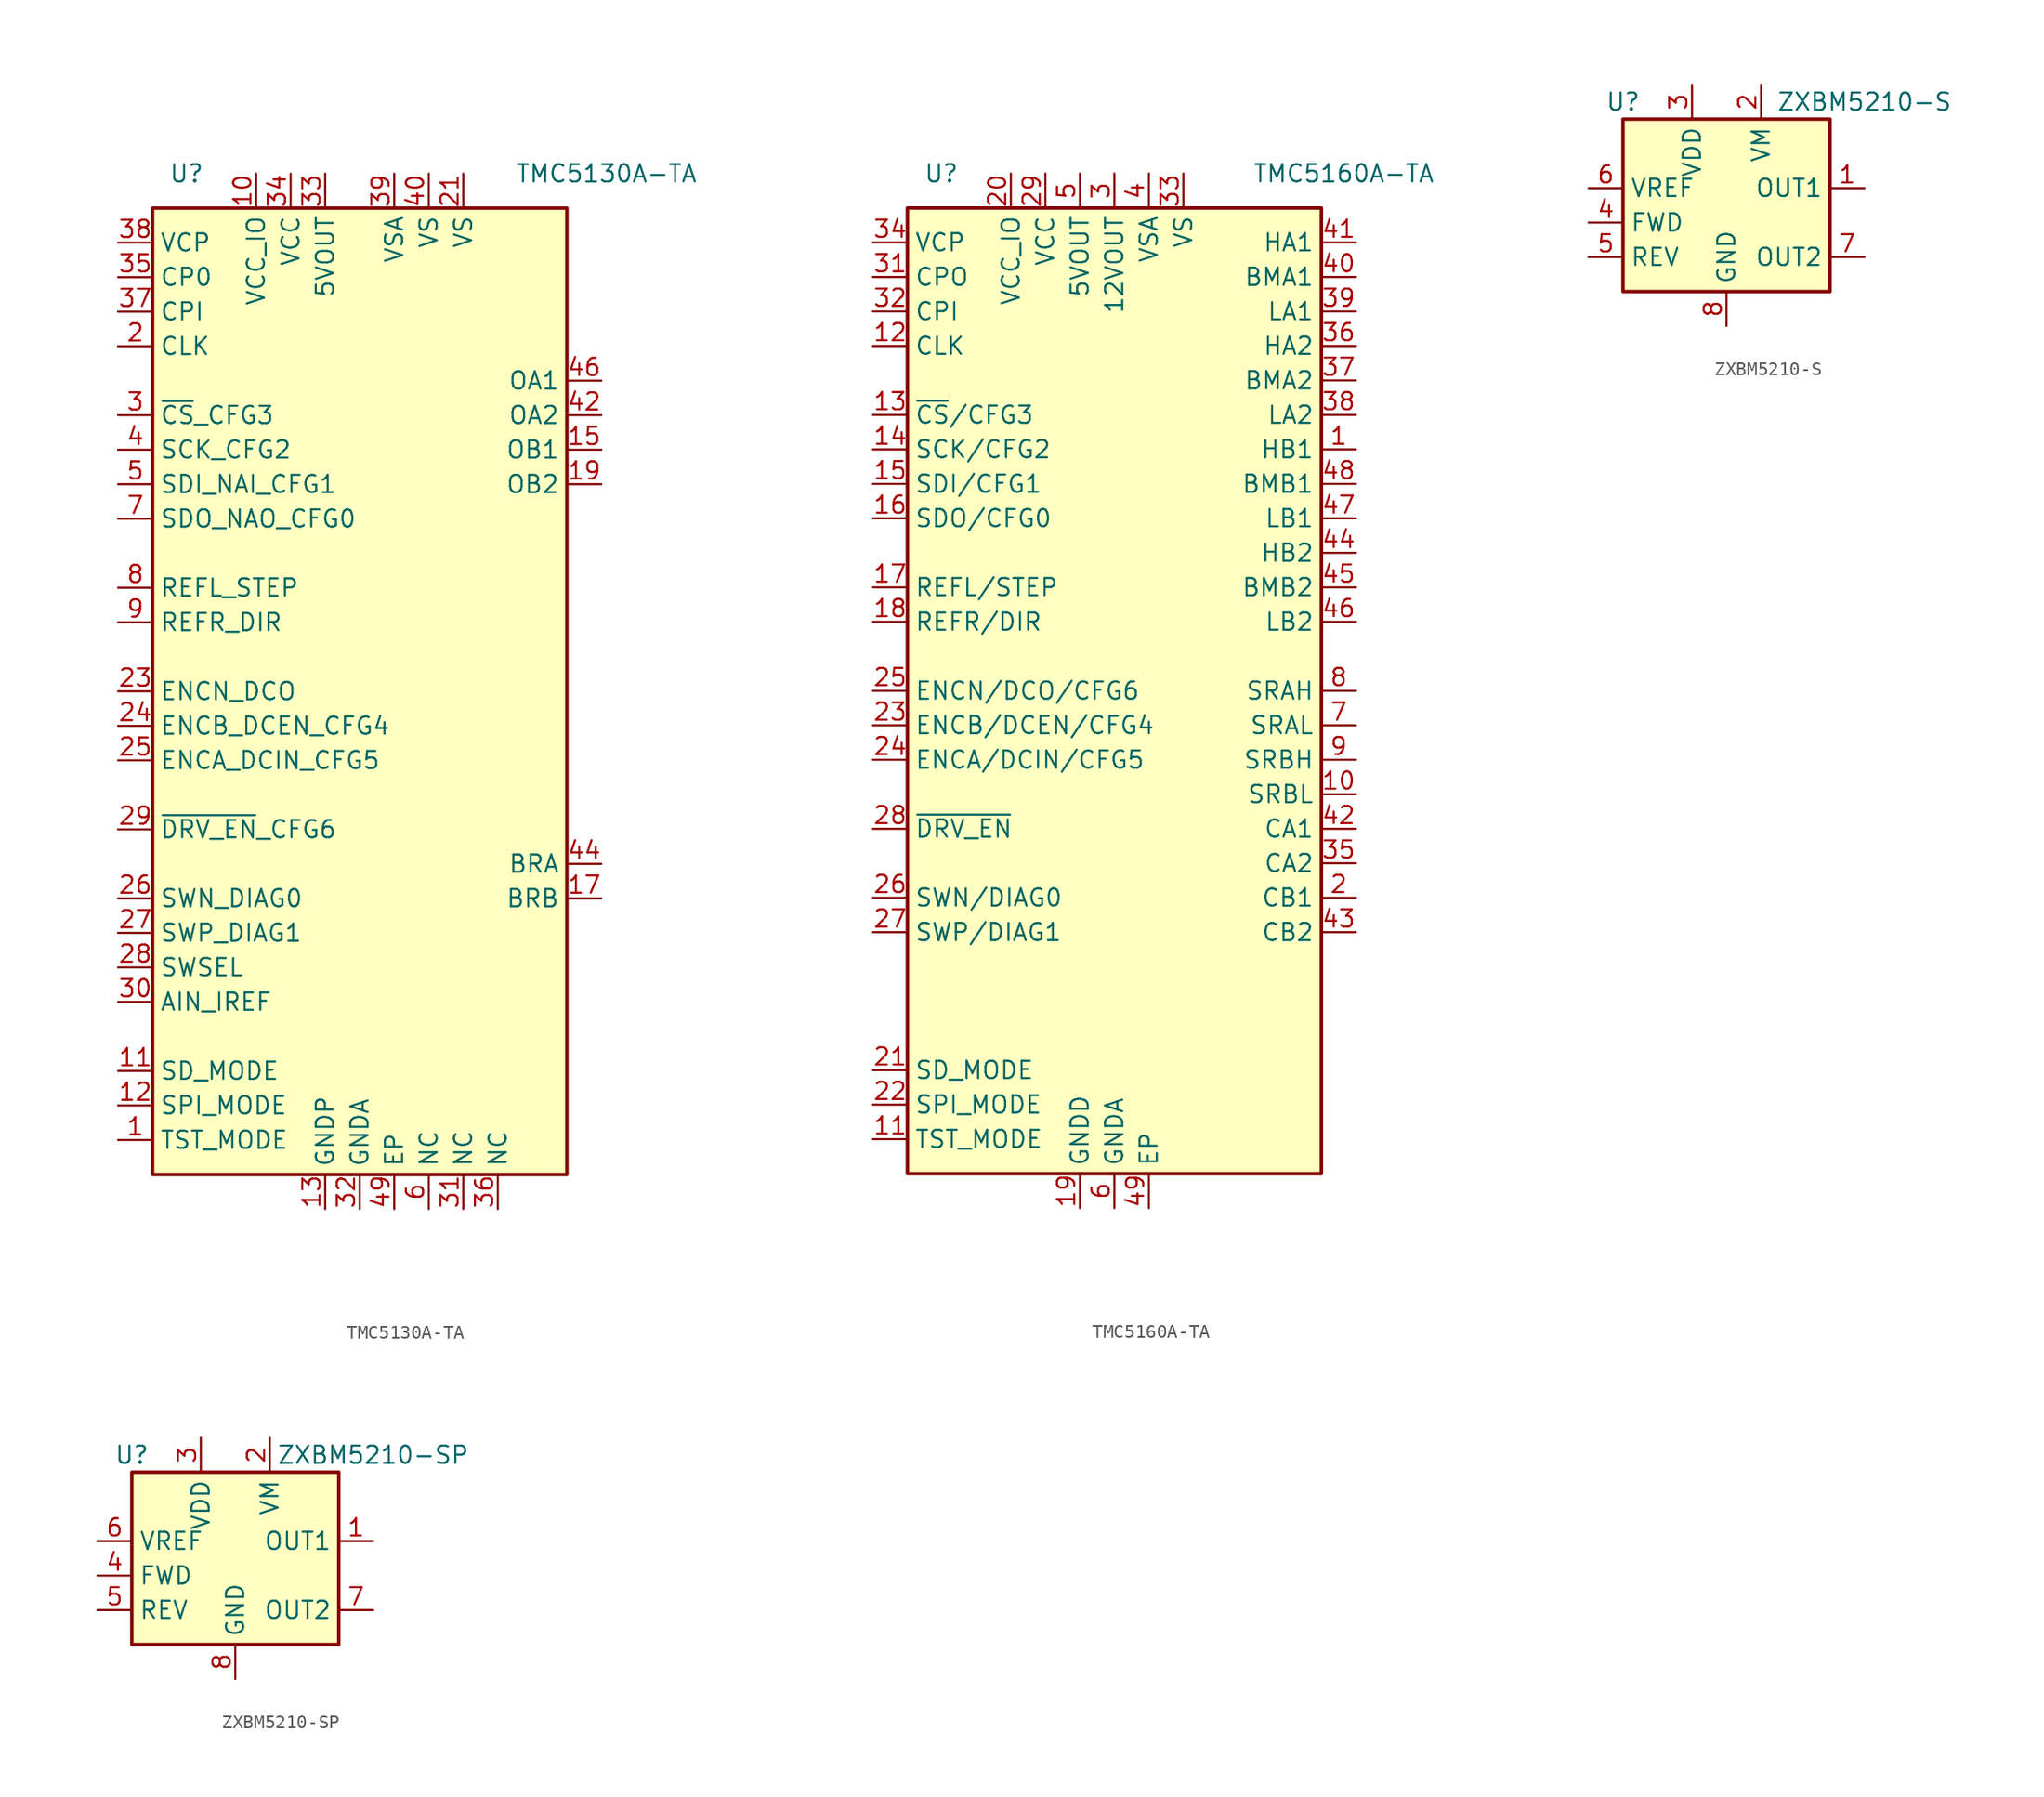
<source format=kicad_sym>
(kicad_symbol_lib
  (version 20201005)
  (generator kicad_symbol_editor)
  (symbol "TMC5130A-TA"
    (property "Reference" "U"
      (at -11.43 38.1 0)
      (effects (font (size 1.27 1.27)) (justify right)))
    (property "Value" "TMC5130A-TA"
      (at 11.43 38.1 0)
      (effects (font (size 1.27 1.27)) (justify left)))
    (symbol "TMC5130A-TA_0_1"
      (rectangle (start -15.24 35.56) (end 15.24 -35.56) (stroke (width 0.254)) (fill (type background))))
    (symbol "TMC5130A-TA_1_1"
      (pin input line (at -17.78 -33.02 0) (length 2.54) (name "TST_MODE" (effects (font (size 1.27 1.27)))) (number "1" (effects (font (size 1.27 1.27)))))
      (pin power_in line (at -7.62 38.1 270) (length 2.54) (name "VCC_IO" (effects (font (size 1.27 1.27)))) (number "10" (effects (font (size 1.27 1.27)))))
      (pin input line (at -17.78 -27.94 0) (length 2.54) (name "SD_MODE" (effects (font (size 1.27 1.27)))) (number "11" (effects (font (size 1.27 1.27)))))
      (pin input line (at -17.78 -30.48 0) (length 2.54) (name "SPI_MODE" (effects (font (size 1.27 1.27)))) (number "12" (effects (font (size 1.27 1.27)))))
      (pin power_in line (at -2.54 -38.1 90) (length 2.54) (name "GNDP" (effects (font (size 1.27 1.27)))) (number "13" (effects (font (size 1.27 1.27)))))
      (pin no_connect line (at 15.24 12.7 180) (length 2.54) hide (name "DNC" (effects (font (size 1.27 1.27)))) (number "14" (effects (font (size 1.27 1.27)))))
      (pin output line (at 17.78 17.78 180) (length 2.54) (name "OB1" (effects (font (size 1.27 1.27)))) (number "15" (effects (font (size 1.27 1.27)))))
      (pin no_connect line (at 15.24 10.16 180) (length 2.54) hide (name "DNC" (effects (font (size 1.27 1.27)))) (number "16" (effects (font (size 1.27 1.27)))))
      (pin passive line (at 17.78 -15.24 180) (length 2.54) (name "BRB" (effects (font (size 1.27 1.27)))) (number "17" (effects (font (size 1.27 1.27)))))
      (pin no_connect line (at 15.24 7.62 180) (length 2.54) hide (name "DNC" (effects (font (size 1.27 1.27)))) (number "18" (effects (font (size 1.27 1.27)))))
      (pin output line (at 17.78 15.24 180) (length 2.54) (name "OB2" (effects (font (size 1.27 1.27)))) (number "19" (effects (font (size 1.27 1.27)))))
      (pin input line (at -17.78 25.4 0) (length 2.54) (name "CLK" (effects (font (size 1.27 1.27)))) (number "2" (effects (font (size 1.27 1.27)))))
      (pin no_connect line (at 15.24 5.08 180) (length 2.54) hide (name "DNC" (effects (font (size 1.27 1.27)))) (number "20" (effects (font (size 1.27 1.27)))))
      (pin power_in line (at 7.62 38.1 270) (length 2.54) (name "VS" (effects (font (size 1.27 1.27)))) (number "21" (effects (font (size 1.27 1.27)))))
      (pin no_connect line (at 15.24 2.54 180) (length 2.54) hide (name "DNC" (effects (font (size 1.27 1.27)))) (number "22" (effects (font (size 1.27 1.27)))))
      (pin bidirectional line (at -17.78 0 0) (length 2.54) (name "ENCN_DCO" (effects (font (size 1.27 1.27)))) (number "23" (effects (font (size 1.27 1.27)))))
      (pin input line (at -17.78 -2.54 0) (length 2.54) (name "ENCB_DCEN_CFG4" (effects (font (size 1.27 1.27)))) (number "24" (effects (font (size 1.27 1.27)))))
      (pin input line (at -17.78 -5.08 0) (length 2.54) (name "ENCA_DCIN_CFG5" (effects (font (size 1.27 1.27)))) (number "25" (effects (font (size 1.27 1.27)))))
      (pin bidirectional line (at -17.78 -15.24 0) (length 2.54) (name "SWN_DIAG0" (effects (font (size 1.27 1.27)))) (number "26" (effects (font (size 1.27 1.27)))))
      (pin bidirectional line (at -17.78 -17.78 0) (length 2.54) (name "SWP_DIAG1" (effects (font (size 1.27 1.27)))) (number "27" (effects (font (size 1.27 1.27)))))
      (pin input line (at -17.78 -20.32 0) (length 2.54) (name "SWSEL" (effects (font (size 1.27 1.27)))) (number "28" (effects (font (size 1.27 1.27)))))
      (pin input line (at -17.78 -10.16 0) (length 2.54) (name "~DRV_EN~_CFG6" (effects (font (size 1.27 1.27)))) (number "29" (effects (font (size 1.27 1.27)))))
      (pin input line (at -17.78 20.32 0) (length 2.54) (name "~CS~_CFG3" (effects (font (size 1.27 1.27)))) (number "3" (effects (font (size 1.27 1.27)))))
      (pin input line (at -17.78 -22.86 0) (length 2.54) (name "AIN_IREF" (effects (font (size 1.27 1.27)))) (number "30" (effects (font (size 1.27 1.27)))))
      (pin passive line (at 7.62 -38.1 90) (length 2.54) (name "NC" (effects (font (size 1.27 1.27)))) (number "31" (effects (font (size 1.27 1.27)))))
      (pin power_in line (at 0 -38.1 90) (length 2.54) (name "GNDA" (effects (font (size 1.27 1.27)))) (number "32" (effects (font (size 1.27 1.27)))))
      (pin power_out line (at -2.54 38.1 270) (length 2.54) (name "5VOUT" (effects (font (size 1.27 1.27)))) (number "33" (effects (font (size 1.27 1.27)))))
      (pin power_in line (at -5.08 38.1 270) (length 2.54) (name "VCC" (effects (font (size 1.27 1.27)))) (number "34" (effects (font (size 1.27 1.27)))))
      (pin passive line (at -17.78 30.48 0) (length 2.54) (name "CP0" (effects (font (size 1.27 1.27)))) (number "35" (effects (font (size 1.27 1.27)))))
      (pin passive line (at 10.16 -38.1 90) (length 2.54) (name "NC" (effects (font (size 1.27 1.27)))) (number "36" (effects (font (size 1.27 1.27)))))
      (pin passive line (at -17.78 27.94 0) (length 2.54) (name "CPI" (effects (font (size 1.27 1.27)))) (number "37" (effects (font (size 1.27 1.27)))))
      (pin passive line (at -17.78 33.02 0) (length 2.54) (name "VCP" (effects (font (size 1.27 1.27)))) (number "38" (effects (font (size 1.27 1.27)))))
      (pin power_in line (at 2.54 38.1 270) (length 2.54) (name "VSA" (effects (font (size 1.27 1.27)))) (number "39" (effects (font (size 1.27 1.27)))))
      (pin input line (at -17.78 17.78 0) (length 2.54) (name "SCK_CFG2" (effects (font (size 1.27 1.27)))) (number "4" (effects (font (size 1.27 1.27)))))
      (pin power_in line (at 5.08 38.1 270) (length 2.54) (name "VS" (effects (font (size 1.27 1.27)))) (number "40" (effects (font (size 1.27 1.27)))))
      (pin no_connect line (at 15.24 33.02 180) (length 2.54) hide (name "DNC" (effects (font (size 1.27 1.27)))) (number "41" (effects (font (size 1.27 1.27)))))
      (pin output line (at 17.78 20.32 180) (length 2.54) (name "OA2" (effects (font (size 1.27 1.27)))) (number "42" (effects (font (size 1.27 1.27)))))
      (pin no_connect line (at 15.24 30.48 180) (length 2.54) hide (name "DNC" (effects (font (size 1.27 1.27)))) (number "43" (effects (font (size 1.27 1.27)))))
      (pin passive line (at 17.78 -12.7 180) (length 2.54) (name "BRA" (effects (font (size 1.27 1.27)))) (number "44" (effects (font (size 1.27 1.27)))))
      (pin no_connect line (at 15.24 27.94 180) (length 2.54) hide (name "DNC" (effects (font (size 1.27 1.27)))) (number "45" (effects (font (size 1.27 1.27)))))
      (pin output line (at 17.78 22.86 180) (length 2.54) (name "OA1" (effects (font (size 1.27 1.27)))) (number "46" (effects (font (size 1.27 1.27)))))
      (pin no_connect line (at 15.24 25.4 180) (length 2.54) hide (name "DNC" (effects (font (size 1.27 1.27)))) (number "47" (effects (font (size 1.27 1.27)))))
      (pin passive line (at -2.54 -38.1 90) (length 2.54) hide (name "GNDP" (effects (font (size 1.27 1.27)))) (number "48" (effects (font (size 1.27 1.27)))))
      (pin power_in line (at 2.54 -38.1 90) (length 2.54) (name "EP" (effects (font (size 1.27 1.27)))) (number "49" (effects (font (size 1.27 1.27)))))
      (pin input line (at -17.78 15.24 0) (length 2.54) (name "SDI_NAI_CFG1" (effects (font (size 1.27 1.27)))) (number "5" (effects (font (size 1.27 1.27)))))
      (pin passive line (at 5.08 -38.1 90) (length 2.54) (name "NC" (effects (font (size 1.27 1.27)))) (number "6" (effects (font (size 1.27 1.27)))))
      (pin bidirectional line (at -17.78 12.7 0) (length 2.54) (name "SDO_NAO_CFG0" (effects (font (size 1.27 1.27)))) (number "7" (effects (font (size 1.27 1.27)))))
      (pin input line (at -17.78 7.62 0) (length 2.54) (name "REFL_STEP" (effects (font (size 1.27 1.27)))) (number "8" (effects (font (size 1.27 1.27)))))
      (pin input line (at -17.78 5.08 0) (length 2.54) (name "REFR_DIR" (effects (font (size 1.27 1.27)))) (number "9" (effects (font (size 1.27 1.27)))))))
  (symbol "TMC5160A-TA"
    (property "Reference" "U"
      (at -11.43 38.1 0)
      (effects (font (size 1.27 1.27)) (justify right)))
    (property "Value" "TMC5160A-TA"
      (at 10.16 38.1 0)
      (effects (font (size 1.27 1.27)) (justify left)))
    (symbol "TMC5160A-TA_1_0"
      (rectangle (start -15.24 -35.56) (end 15.24 35.56) (stroke (width 0.254)) (fill (type background))))
    (symbol "TMC5160A-TA_1_1"
      (pin output line (at 17.78 17.78 180) (length 2.54) (name "HB1" (effects (font (size 1.27 1.27)))) (number "1" (effects (font (size 1.27 1.27)))))
      (pin passive line (at 17.78 -7.62 180) (length 2.54) (name "SRBL" (effects (font (size 1.27 1.27)))) (number "10" (effects (font (size 1.27 1.27)))))
      (pin input line (at -17.78 -33.02 0) (length 2.54) (name "TST_MODE" (effects (font (size 1.27 1.27)))) (number "11" (effects (font (size 1.27 1.27)))))
      (pin input line (at -17.78 25.4 0) (length 2.54) (name "CLK" (effects (font (size 1.27 1.27)))) (number "12" (effects (font (size 1.27 1.27)))))
      (pin input line (at -17.78 20.32 0) (length 2.54) (name "~CS~/CFG3" (effects (font (size 1.27 1.27)))) (number "13" (effects (font (size 1.27 1.27)))))
      (pin input line (at -17.78 17.78 0) (length 2.54) (name "SCK/CFG2" (effects (font (size 1.27 1.27)))) (number "14" (effects (font (size 1.27 1.27)))))
      (pin input line (at -17.78 15.24 0) (length 2.54) (name "SDI/CFG1" (effects (font (size 1.27 1.27)))) (number "15" (effects (font (size 1.27 1.27)))))
      (pin bidirectional line (at -17.78 12.7 0) (length 2.54) (name "SDO/CFG0" (effects (font (size 1.27 1.27)))) (number "16" (effects (font (size 1.27 1.27)))))
      (pin input line (at -17.78 7.62 0) (length 2.54) (name "REFL/STEP" (effects (font (size 1.27 1.27)))) (number "17" (effects (font (size 1.27 1.27)))))
      (pin input line (at -17.78 5.08 0) (length 2.54) (name "REFR/DIR" (effects (font (size 1.27 1.27)))) (number "18" (effects (font (size 1.27 1.27)))))
      (pin power_in line (at -2.54 -38.1 90) (length 2.54) (name "GNDD" (effects (font (size 1.27 1.27)))) (number "19" (effects (font (size 1.27 1.27)))))
      (pin passive line (at 17.78 -15.24 180) (length 2.54) (name "CB1" (effects (font (size 1.27 1.27)))) (number "2" (effects (font (size 1.27 1.27)))))
      (pin power_in line (at -7.62 38.1 270) (length 2.54) (name "VCC_IO" (effects (font (size 1.27 1.27)))) (number "20" (effects (font (size 1.27 1.27)))))
      (pin input line (at -17.78 -27.94 0) (length 2.54) (name "SD_MODE" (effects (font (size 1.27 1.27)))) (number "21" (effects (font (size 1.27 1.27)))))
      (pin input line (at -17.78 -30.48 0) (length 2.54) (name "SPI_MODE" (effects (font (size 1.27 1.27)))) (number "22" (effects (font (size 1.27 1.27)))))
      (pin input line (at -17.78 -2.54 0) (length 2.54) (name "ENCB/DCEN/CFG4" (effects (font (size 1.27 1.27)))) (number "23" (effects (font (size 1.27 1.27)))))
      (pin input line (at -17.78 -5.08 0) (length 2.54) (name "ENCA/DCIN/CFG5" (effects (font (size 1.27 1.27)))) (number "24" (effects (font (size 1.27 1.27)))))
      (pin bidirectional line (at -17.78 0 0) (length 2.54) (name "ENCN/DCO/CFG6" (effects (font (size 1.27 1.27)))) (number "25" (effects (font (size 1.27 1.27)))))
      (pin bidirectional line (at -17.78 -15.24 0) (length 2.54) (name "SWN/DIAG0" (effects (font (size 1.27 1.27)))) (number "26" (effects (font (size 1.27 1.27)))))
      (pin bidirectional line (at -17.78 -17.78 0) (length 2.54) (name "SWP/DIAG1" (effects (font (size 1.27 1.27)))) (number "27" (effects (font (size 1.27 1.27)))))
      (pin input line (at -17.78 -10.16 0) (length 2.54) (name "~DRV_EN" (effects (font (size 1.27 1.27)))) (number "28" (effects (font (size 1.27 1.27)))))
      (pin power_in line (at -5.08 38.1 270) (length 2.54) (name "VCC" (effects (font (size 1.27 1.27)))) (number "29" (effects (font (size 1.27 1.27)))))
      (pin power_out line (at 0 38.1 270) (length 2.54) (name "12VOUT" (effects (font (size 1.27 1.27)))) (number "3" (effects (font (size 1.27 1.27)))))
      (pin passive line (at -2.54 -38.1 90) (length 2.54) hide (name "GNDD" (effects (font (size 1.27 1.27)))) (number "30" (effects (font (size 1.27 1.27)))))
      (pin passive line (at -17.78 30.48 0) (length 2.54) (name "CPO" (effects (font (size 1.27 1.27)))) (number "31" (effects (font (size 1.27 1.27)))))
      (pin passive line (at -17.78 27.94 0) (length 2.54) (name "CPI" (effects (font (size 1.27 1.27)))) (number "32" (effects (font (size 1.27 1.27)))))
      (pin power_in line (at 5.08 38.1 270) (length 2.54) (name "VS" (effects (font (size 1.27 1.27)))) (number "33" (effects (font (size 1.27 1.27)))))
      (pin passive line (at -17.78 33.02 0) (length 2.54) (name "VCP" (effects (font (size 1.27 1.27)))) (number "34" (effects (font (size 1.27 1.27)))))
      (pin passive line (at 17.78 -12.7 180) (length 2.54) (name "CA2" (effects (font (size 1.27 1.27)))) (number "35" (effects (font (size 1.27 1.27)))))
      (pin output line (at 17.78 25.4 180) (length 2.54) (name "HA2" (effects (font (size 1.27 1.27)))) (number "36" (effects (font (size 1.27 1.27)))))
      (pin passive line (at 17.78 22.86 180) (length 2.54) (name "BMA2" (effects (font (size 1.27 1.27)))) (number "37" (effects (font (size 1.27 1.27)))))
      (pin output line (at 17.78 20.32 180) (length 2.54) (name "LA2" (effects (font (size 1.27 1.27)))) (number "38" (effects (font (size 1.27 1.27)))))
      (pin output line (at 17.78 27.94 180) (length 2.54) (name "LA1" (effects (font (size 1.27 1.27)))) (number "39" (effects (font (size 1.27 1.27)))))
      (pin power_in line (at 2.54 38.1 270) (length 2.54) (name "VSA" (effects (font (size 1.27 1.27)))) (number "4" (effects (font (size 1.27 1.27)))))
      (pin passive line (at 17.78 30.48 180) (length 2.54) (name "BMA1" (effects (font (size 1.27 1.27)))) (number "40" (effects (font (size 1.27 1.27)))))
      (pin output line (at 17.78 33.02 180) (length 2.54) (name "HA1" (effects (font (size 1.27 1.27)))) (number "41" (effects (font (size 1.27 1.27)))))
      (pin passive line (at 17.78 -10.16 180) (length 2.54) (name "CA1" (effects (font (size 1.27 1.27)))) (number "42" (effects (font (size 1.27 1.27)))))
      (pin passive line (at 17.78 -17.78 180) (length 2.54) (name "CB2" (effects (font (size 1.27 1.27)))) (number "43" (effects (font (size 1.27 1.27)))))
      (pin output line (at 17.78 10.16 180) (length 2.54) (name "HB2" (effects (font (size 1.27 1.27)))) (number "44" (effects (font (size 1.27 1.27)))))
      (pin passive line (at 17.78 7.62 180) (length 2.54) (name "BMB2" (effects (font (size 1.27 1.27)))) (number "45" (effects (font (size 1.27 1.27)))))
      (pin output line (at 17.78 5.08 180) (length 2.54) (name "LB2" (effects (font (size 1.27 1.27)))) (number "46" (effects (font (size 1.27 1.27)))))
      (pin output line (at 17.78 12.7 180) (length 2.54) (name "LB1" (effects (font (size 1.27 1.27)))) (number "47" (effects (font (size 1.27 1.27)))))
      (pin passive line (at 17.78 15.24 180) (length 2.54) (name "BMB1" (effects (font (size 1.27 1.27)))) (number "48" (effects (font (size 1.27 1.27)))))
      (pin power_in line (at 2.54 -38.1 90) (length 2.54) (name "EP" (effects (font (size 1.27 1.27)))) (number "49" (effects (font (size 1.27 1.27)))))
      (pin power_out line (at -2.54 38.1 270) (length 2.54) (name "5VOUT" (effects (font (size 1.27 1.27)))) (number "5" (effects (font (size 1.27 1.27)))))
      (pin power_in line (at 0 -38.1 90) (length 2.54) (name "GNDA" (effects (font (size 1.27 1.27)))) (number "6" (effects (font (size 1.27 1.27)))))
      (pin passive line (at 17.78 -2.54 180) (length 2.54) (name "SRAL" (effects (font (size 1.27 1.27)))) (number "7" (effects (font (size 1.27 1.27)))))
      (pin passive line (at 17.78 0 180) (length 2.54) (name "SRAH" (effects (font (size 1.27 1.27)))) (number "8" (effects (font (size 1.27 1.27)))))
      (pin passive line (at 17.78 -5.08 180) (length 2.54) (name "SRBH" (effects (font (size 1.27 1.27)))) (number "9" (effects (font (size 1.27 1.27)))))))
  (symbol "ZXBM5210-S"
    (property "Reference" "U"
      (at -7.62 8.89 0)
      (effects (font (size 1.27 1.27))))
    (property "Value" "ZXBM5210-S"
      (at 10.16 8.89 0)
      (effects (font (size 1.27 1.27))))
    (symbol "ZXBM5210-S_0_0"
      (pin output line (at 10.16 2.54 180) (length 2.54) (name "OUT1" (effects (font (size 1.27 1.27)))) (number "1" (effects (font (size 1.27 1.27)))))
      (pin power_in line (at 2.54 10.16 270) (length 2.54) (name "VM" (effects (font (size 1.27 1.27)))) (number "2" (effects (font (size 1.27 1.27)))))
      (pin power_in line (at -2.54 10.16 270) (length 2.54) (name "VDD" (effects (font (size 1.27 1.27)))) (number "3" (effects (font (size 1.27 1.27)))))
      (pin input line (at -10.16 0 0) (length 2.54) (name "FWD" (effects (font (size 1.27 1.27)))) (number "4" (effects (font (size 1.27 1.27)))))
      (pin input line (at -10.16 -2.54 0) (length 2.54) (name "REV" (effects (font (size 1.27 1.27)))) (number "5" (effects (font (size 1.27 1.27)))))
      (pin input line (at -10.16 2.54 0) (length 2.54) (name "VREF" (effects (font (size 1.27 1.27)))) (number "6" (effects (font (size 1.27 1.27)))))
      (pin output line (at 10.16 -2.54 180) (length 2.54) (name "OUT2" (effects (font (size 1.27 1.27)))) (number "7" (effects (font (size 1.27 1.27)))))
      (pin power_in line (at 0 -7.62 90) (length 2.54) (name "GND" (effects (font (size 1.27 1.27)))) (number "8" (effects (font (size 1.27 1.27))))))
    (symbol "ZXBM5210-S_0_1"
      (rectangle (start -7.62 7.62) (end 7.62 -5.08) (stroke (width 0.254)) (fill (type background)))))
  (symbol "ZXBM5210-SP"
    (property "Reference" "U"
      (at -7.62 8.89 0)
      (effects (font (size 1.27 1.27))))
    (property "Value" "ZXBM5210-SP"
      (at 10.16 8.89 0)
      (effects (font (size 1.27 1.27))))
    (symbol "ZXBM5210-SP_0_0"
      (pin output line (at 10.16 2.54 180) (length 2.54) (name "OUT1" (effects (font (size 1.27 1.27)))) (number "1" (effects (font (size 1.27 1.27)))))
      (pin power_in line (at 2.54 10.16 270) (length 2.54) (name "VM" (effects (font (size 1.27 1.27)))) (number "2" (effects (font (size 1.27 1.27)))))
      (pin power_in line (at -2.54 10.16 270) (length 2.54) (name "VDD" (effects (font (size 1.27 1.27)))) (number "3" (effects (font (size 1.27 1.27)))))
      (pin input line (at -10.16 0 0) (length 2.54) (name "FWD" (effects (font (size 1.27 1.27)))) (number "4" (effects (font (size 1.27 1.27)))))
      (pin input line (at -10.16 -2.54 0) (length 2.54) (name "REV" (effects (font (size 1.27 1.27)))) (number "5" (effects (font (size 1.27 1.27)))))
      (pin input line (at -10.16 2.54 0) (length 2.54) (name "VREF" (effects (font (size 1.27 1.27)))) (number "6" (effects (font (size 1.27 1.27)))))
      (pin output line (at 10.16 -2.54 180) (length 2.54) (name "OUT2" (effects (font (size 1.27 1.27)))) (number "7" (effects (font (size 1.27 1.27)))))
      (pin power_in line (at 0 -7.62 90) (length 2.54) (name "GND" (effects (font (size 1.27 1.27)))) (number "8" (effects (font (size 1.27 1.27)))))
      (pin passive line (at 0 -7.62 90) (length 2.54) hide (name "GND" (effects (font (size 1.27 1.27)))) (number "9" (effects (font (size 1.27 1.27))))))
    (symbol "ZXBM5210-SP_0_1"
      (rectangle (start -7.62 7.62) (end 7.62 -5.08) (stroke (width 0.254)) (fill (type background))))))
</source>
